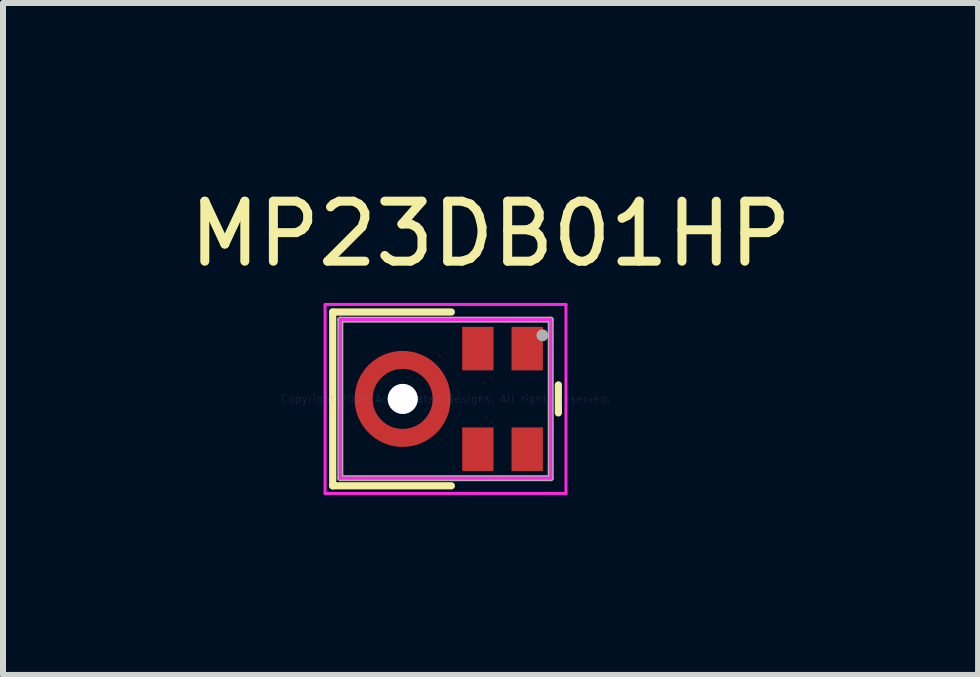
<source format=kicad_pcb>
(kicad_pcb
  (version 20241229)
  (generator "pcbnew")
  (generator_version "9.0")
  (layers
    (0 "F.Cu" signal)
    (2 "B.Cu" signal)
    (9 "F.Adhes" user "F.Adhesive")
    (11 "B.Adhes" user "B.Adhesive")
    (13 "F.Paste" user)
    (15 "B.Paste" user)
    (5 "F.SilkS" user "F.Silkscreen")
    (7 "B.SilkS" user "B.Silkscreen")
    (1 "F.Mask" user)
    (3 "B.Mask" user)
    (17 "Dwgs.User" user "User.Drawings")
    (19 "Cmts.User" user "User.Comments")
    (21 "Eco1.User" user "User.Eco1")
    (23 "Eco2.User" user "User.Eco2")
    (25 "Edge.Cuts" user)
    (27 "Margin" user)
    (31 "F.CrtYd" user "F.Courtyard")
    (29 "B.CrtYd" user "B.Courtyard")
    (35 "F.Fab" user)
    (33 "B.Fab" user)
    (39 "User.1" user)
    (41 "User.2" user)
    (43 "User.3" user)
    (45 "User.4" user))
  (footprint "MP23DB01HP"
    (layer "F.Cu")
    (at 4.375 3.598)
    (property "Reference" "MP23DB01HP" (at 0.75 -2.75 0) (layer "F.SilkS") (effects (font (size 1 1) (thickness 0.15))))
    (attr through_hole)
    (fp_circle (center -0.715 0) (end -0.065 0) (stroke (width 0.3) (type solid)) (fill no) (layer "F.Cu"))
    (fp_circle (center -0.715 0) (end -0.065 0) (stroke (width 0.3) (type solid)) (fill no) (layer "F.Mask"))
    (fp_line (start -1.88 -1.448) (end -1.88 1.448) (stroke (width 0.12) (type solid)) (layer "F.SilkS"))
    (fp_line (start -1.88 1.448) (end 0.097 1.448) (stroke (width 0.12) (type solid)) (layer "F.SilkS"))
    (fp_line (start 0.097 -1.448) (end -1.88 -1.448) (stroke (width 0.12) (type solid)) (layer "F.SilkS"))
    (fp_line (start 1.88 0.233) (end 1.88 -0.233) (stroke (width 0.12) (type solid)) (layer "F.SilkS"))
    (fp_circle (center -0.715 0) (end -0.065 0) (stroke (width 0.3) (type solid)) (fill no) (layer "F.Paste"))
    (fp_line (start -2.007 -1.575) (end 2.007 -1.575) (stroke (width 0.05) (type solid)) (layer "F.CrtYd"))
    (fp_line (start -2.007 1.575) (end -2.007 -1.575) (stroke (width 0.05) (type solid)) (layer "F.CrtYd"))
    (fp_line (start -1.753 -1.321) (end 1.753 -1.321) (stroke (width 0.05) (type solid)) (layer "F.CrtYd"))
    (fp_line (start -1.753 1.321) (end -1.753 -1.321) (stroke (width 0.05) (type solid)) (layer "F.CrtYd"))
    (fp_line (start 1.753 -1.321) (end 1.753 1.321) (stroke (width 0.05) (type solid)) (layer "F.CrtYd"))
    (fp_line (start 1.753 1.321) (end -1.753 1.321) (stroke (width 0.05) (type solid)) (layer "F.CrtYd"))
    (fp_line (start 2.007 -1.575) (end 2.007 1.575) (stroke (width 0.05) (type solid)) (layer "F.CrtYd"))
    (fp_line (start 2.007 1.575) (end -2.007 1.575) (stroke (width 0.05) (type solid)) (layer "F.CrtYd"))
    (fp_line (start -1.753 -1.321) (end -1.753 1.321) (stroke (width 0.1) (type solid)) (layer "F.Fab"))
    (fp_line (start -1.753 1.321) (end 1.753 1.321) (stroke (width 0.1) (type solid)) (layer "F.Fab"))
    (fp_line (start 1.753 -1.321) (end -1.753 -1.321) (stroke (width 0.1) (type solid)) (layer "F.Fab"))
    (fp_line (start 1.753 1.321) (end 1.753 -1.321) (stroke (width 0.1) (type solid)) (layer "F.Fab"))
    (fp_circle (center 1.615 -1.06) (end 1.615 -1.06) (stroke (width 0.1) (type solid)) (fill no) (layer "F.Fab"))
    (fp_text user "Copyright 2021 Accelerated Designs. All rights reserved." (at 0 0 0) (layer "Cmts.User") (effects (font (size 0.127 0.127) (thickness 0.002))))
    (pad "1" smd rect (at 1.361 -0.838 90) (size 0.725 0.522) (layers "F.Cu" "F.Mask" "F.Paste"))
    (pad "2" smd rect (at 0.539 -0.838 90) (size 0.725 0.522) (layers "F.Cu" "F.Mask" "F.Paste"))
    (pad "3" connect circle (at -0.7 -0.65) (size 0.2 0.2) (layers "F.Cu" "F.Mask"))
    (pad "4" smd rect (at 0.539 0.838 90) (size 0.725 0.522) (layers "F.Cu" "F.Mask" "F.Paste"))
    (pad "5" smd rect (at 1.361 0.838 90) (size 0.725 0.522) (layers "F.Cu" "F.Mask" "F.Paste"))
    (pad "6" thru_hole circle (at -0.713 0) (size 0.5 0.5) (drill 0.5) (layers "*.Cu" "*.Mask")))
  (gr_rect
    (start -3 -3)
    (end 13.25 8.198)
    (stroke (width 0.1) (type default))
    (fill no)
    (layer "Edge.Cuts")))
</source>
